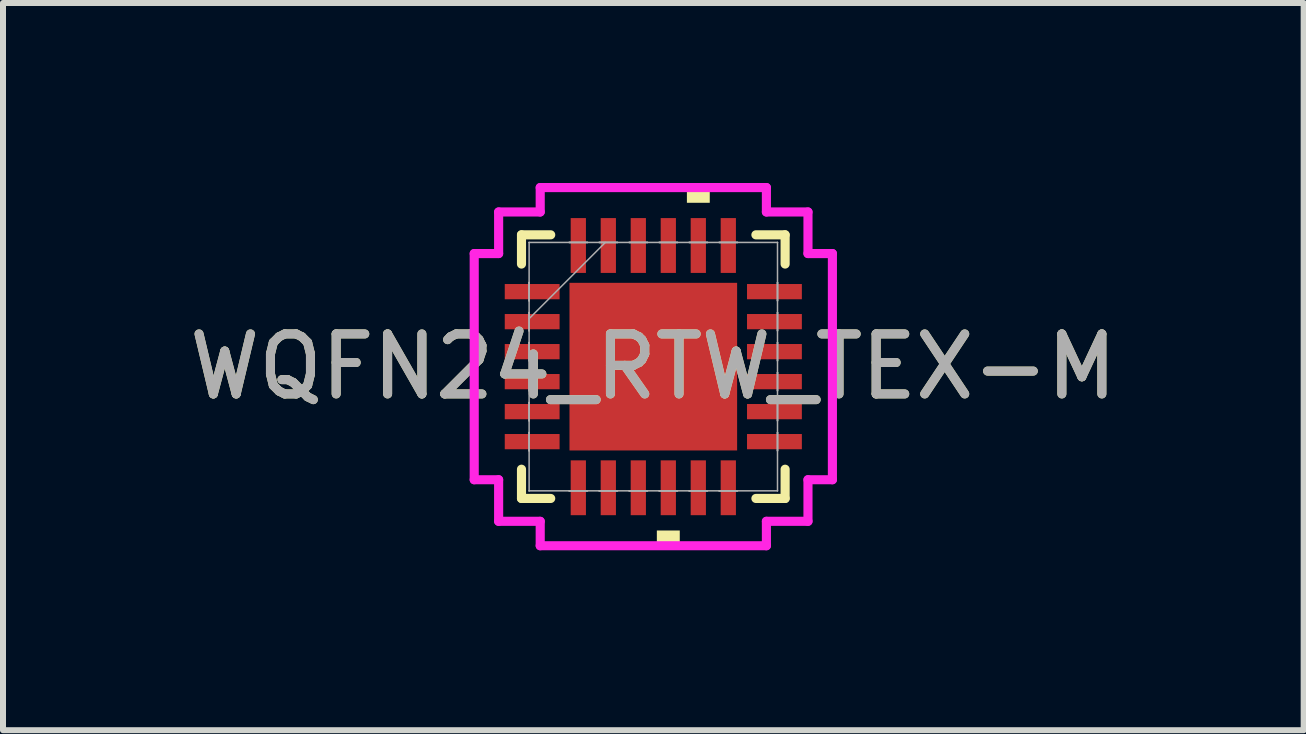
<source format=kicad_pcb>
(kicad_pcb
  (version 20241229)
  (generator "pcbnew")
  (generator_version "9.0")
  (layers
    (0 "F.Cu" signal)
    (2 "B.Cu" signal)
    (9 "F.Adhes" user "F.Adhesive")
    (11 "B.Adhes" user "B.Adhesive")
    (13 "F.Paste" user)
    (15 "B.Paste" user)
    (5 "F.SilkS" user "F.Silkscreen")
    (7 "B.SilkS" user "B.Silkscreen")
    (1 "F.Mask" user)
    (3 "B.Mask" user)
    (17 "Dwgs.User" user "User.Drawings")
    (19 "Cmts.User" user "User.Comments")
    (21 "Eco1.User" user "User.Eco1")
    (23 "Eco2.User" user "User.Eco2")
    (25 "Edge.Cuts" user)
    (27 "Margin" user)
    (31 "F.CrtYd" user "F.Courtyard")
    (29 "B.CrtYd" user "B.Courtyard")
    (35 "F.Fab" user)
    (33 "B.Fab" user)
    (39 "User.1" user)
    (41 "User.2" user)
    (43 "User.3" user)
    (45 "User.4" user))
  (footprint "WQFN24_RTW_TEX-M"
    (layer "F.Cu")
    (at 7.839 3.061)
    (property "Reference" "WQFN24_RTW_TEX-M" (at 0 0 0) (unlocked yes) (layer "F.SilkS") (effects (font (size 1 1) (thickness 0.15))))
    (attr smd)
    (fp_line (start -2.197 -2.197) (end -2.197 -1.71) (stroke (width 0.152) (type solid)) (layer "F.SilkS"))
    (fp_line (start -2.197 1.71) (end -2.197 2.197) (stroke (width 0.152) (type solid)) (layer "F.SilkS"))
    (fp_line (start -2.197 2.197) (end -1.71 2.197) (stroke (width 0.152) (type solid)) (layer "F.SilkS"))
    (fp_line (start -1.71 -2.197) (end -2.197 -2.197) (stroke (width 0.152) (type solid)) (layer "F.SilkS"))
    (fp_line (start 1.71 2.197) (end 2.197 2.197) (stroke (width 0.152) (type solid)) (layer "F.SilkS"))
    (fp_line (start 2.197 -2.197) (end 1.71 -2.197) (stroke (width 0.152) (type solid)) (layer "F.SilkS"))
    (fp_line (start 2.197 -1.71) (end 2.197 -2.197) (stroke (width 0.152) (type solid)) (layer "F.SilkS"))
    (fp_line (start 2.197 2.197) (end 2.197 1.71) (stroke (width 0.152) (type solid)) (layer "F.SilkS"))
    (fp_poly (pts (xy 0.059 2.731) (xy 0.059 2.985) (xy 0.441 2.985) (xy 0.441 2.731)) (stroke (width 0) (type solid)) (fill yes) (layer "F.SilkS"))
    (fp_poly (pts (xy 0.56 -2.731) (xy 0.56 -2.985) (xy 0.941 -2.985) (xy 0.941 -2.731)) (stroke (width 0) (type solid)) (fill yes) (layer "F.SilkS"))
    (fp_poly (pts (xy -1.297 -1.297) (xy -1.297 -0.1) (xy -0.1 -0.1) (xy -0.1 -1.297)) (stroke (width 0) (type solid)) (fill yes) (layer "F.Paste"))
    (fp_poly (pts (xy -1.297 0.1) (xy -1.297 1.297) (xy -0.1 1.297) (xy -0.1 0.1)) (stroke (width 0) (type solid)) (fill yes) (layer "F.Paste"))
    (fp_poly (pts (xy 0.1 -1.297) (xy 0.1 -0.1) (xy 1.297 -0.1) (xy 1.297 -1.297)) (stroke (width 0) (type solid)) (fill yes) (layer "F.Paste"))
    (fp_poly (pts (xy 0.1 0.1) (xy 0.1 1.297) (xy 1.297 1.297) (xy 1.297 0.1)) (stroke (width 0) (type solid)) (fill yes) (layer "F.Paste"))
    (fp_line (start -2.985 -1.885) (end -2.578 -1.885) (stroke (width 0.152) (type solid)) (layer "F.CrtYd"))
    (fp_line (start -2.985 1.885) (end -2.985 -1.885) (stroke (width 0.152) (type solid)) (layer "F.CrtYd"))
    (fp_line (start -2.578 -2.578) (end -1.885 -2.578) (stroke (width 0.152) (type solid)) (layer "F.CrtYd"))
    (fp_line (start -2.578 -1.885) (end -2.578 -2.578) (stroke (width 0.152) (type solid)) (layer "F.CrtYd"))
    (fp_line (start -2.578 1.885) (end -2.985 1.885) (stroke (width 0.152) (type solid)) (layer "F.CrtYd"))
    (fp_line (start -2.578 2.578) (end -2.578 1.885) (stroke (width 0.152) (type solid)) (layer "F.CrtYd"))
    (fp_line (start -1.885 -2.985) (end 1.885 -2.985) (stroke (width 0.152) (type solid)) (layer "F.CrtYd"))
    (fp_line (start -1.885 -2.578) (end -1.885 -2.985) (stroke (width 0.152) (type solid)) (layer "F.CrtYd"))
    (fp_line (start -1.885 2.578) (end -2.578 2.578) (stroke (width 0.152) (type solid)) (layer "F.CrtYd"))
    (fp_line (start -1.885 2.985) (end -1.885 2.578) (stroke (width 0.152) (type solid)) (layer "F.CrtYd"))
    (fp_line (start 1.885 -2.985) (end 1.885 -2.578) (stroke (width 0.152) (type solid)) (layer "F.CrtYd"))
    (fp_line (start 1.885 -2.578) (end 2.578 -2.578) (stroke (width 0.152) (type solid)) (layer "F.CrtYd"))
    (fp_line (start 1.885 2.578) (end 1.885 2.985) (stroke (width 0.152) (type solid)) (layer "F.CrtYd"))
    (fp_line (start 1.885 2.985) (end -1.885 2.985) (stroke (width 0.152) (type solid)) (layer "F.CrtYd"))
    (fp_line (start 2.578 -2.578) (end 2.578 -1.885) (stroke (width 0.152) (type solid)) (layer "F.CrtYd"))
    (fp_line (start 2.578 -1.885) (end 2.985 -1.885) (stroke (width 0.152) (type solid)) (layer "F.CrtYd"))
    (fp_line (start 2.578 1.885) (end 2.578 2.578) (stroke (width 0.152) (type solid)) (layer "F.CrtYd"))
    (fp_line (start 2.578 2.578) (end 1.885 2.578) (stroke (width 0.152) (type solid)) (layer "F.CrtYd"))
    (fp_line (start 2.985 -1.885) (end 2.985 1.885) (stroke (width 0.152) (type solid)) (layer "F.CrtYd"))
    (fp_line (start 2.985 1.885) (end 2.578 1.885) (stroke (width 0.152) (type solid)) (layer "F.CrtYd"))
    (fp_line (start -2.07 -2.07) (end -2.07 -2.07) (stroke (width 0.025) (type solid)) (layer "F.Fab"))
    (fp_line (start -2.07 -2.07) (end -2.07 2.07) (stroke (width 0.025) (type solid)) (layer "F.Fab"))
    (fp_line (start -2.07 -1.402) (end -2.07 -1.402) (stroke (width 0.025) (type solid)) (layer "F.Fab"))
    (fp_line (start -2.07 -1.402) (end -2.07 -1.098) (stroke (width 0.025) (type solid)) (layer "F.Fab"))
    (fp_line (start -2.07 -1.098) (end -2.07 -1.402) (stroke (width 0.025) (type solid)) (layer "F.Fab"))
    (fp_line (start -2.07 -1.098) (end -2.07 -1.098) (stroke (width 0.025) (type solid)) (layer "F.Fab"))
    (fp_line (start -2.07 -0.902) (end -2.07 -0.902) (stroke (width 0.025) (type solid)) (layer "F.Fab"))
    (fp_line (start -2.07 -0.902) (end -2.07 -0.598) (stroke (width 0.025) (type solid)) (layer "F.Fab"))
    (fp_line (start -2.07 -0.8) (end -0.8 -2.07) (stroke (width 0.025) (type solid)) (layer "F.Fab"))
    (fp_line (start -2.07 -0.598) (end -2.07 -0.902) (stroke (width 0.025) (type solid)) (layer "F.Fab"))
    (fp_line (start -2.07 -0.598) (end -2.07 -0.598) (stroke (width 0.025) (type solid)) (layer "F.Fab"))
    (fp_line (start -2.07 -0.402) (end -2.07 -0.402) (stroke (width 0.025) (type solid)) (layer "F.Fab"))
    (fp_line (start -2.07 -0.402) (end -2.07 -0.098) (stroke (width 0.025) (type solid)) (layer "F.Fab"))
    (fp_line (start -2.07 -0.098) (end -2.07 -0.402) (stroke (width 0.025) (type solid)) (layer "F.Fab"))
    (fp_line (start -2.07 -0.098) (end -2.07 -0.098) (stroke (width 0.025) (type solid)) (layer "F.Fab"))
    (fp_line (start -2.07 0.098) (end -2.07 0.098) (stroke (width 0.025) (type solid)) (layer "F.Fab"))
    (fp_line (start -2.07 0.098) (end -2.07 0.402) (stroke (width 0.025) (type solid)) (layer "F.Fab"))
    (fp_line (start -2.07 0.402) (end -2.07 0.098) (stroke (width 0.025) (type solid)) (layer "F.Fab"))
    (fp_line (start -2.07 0.402) (end -2.07 0.402) (stroke (width 0.025) (type solid)) (layer "F.Fab"))
    (fp_line (start -2.07 0.598) (end -2.07 0.598) (stroke (width 0.025) (type solid)) (layer "F.Fab"))
    (fp_line (start -2.07 0.598) (end -2.07 0.902) (stroke (width 0.025) (type solid)) (layer "F.Fab"))
    (fp_line (start -2.07 0.902) (end -2.07 0.598) (stroke (width 0.025) (type solid)) (layer "F.Fab"))
    (fp_line (start -2.07 0.902) (end -2.07 0.902) (stroke (width 0.025) (type solid)) (layer "F.Fab"))
    (fp_line (start -2.07 1.098) (end -2.07 1.098) (stroke (width 0.025) (type solid)) (layer "F.Fab"))
    (fp_line (start -2.07 1.098) (end -2.07 1.402) (stroke (width 0.025) (type solid)) (layer "F.Fab"))
    (fp_line (start -2.07 1.402) (end -2.07 1.098) (stroke (width 0.025) (type solid)) (layer "F.Fab"))
    (fp_line (start -2.07 1.402) (end -2.07 1.402) (stroke (width 0.025) (type solid)) (layer "F.Fab"))
    (fp_line (start -2.07 2.07) (end -2.07 2.07) (stroke (width 0.025) (type solid)) (layer "F.Fab"))
    (fp_line (start -2.07 2.07) (end 2.07 2.07) (stroke (width 0.025) (type solid)) (layer "F.Fab"))
    (fp_line (start -1.402 -2.07) (end -1.402 -2.07) (stroke (width 0.025) (type solid)) (layer "F.Fab"))
    (fp_line (start -1.402 -2.07) (end -1.098 -2.07) (stroke (width 0.025) (type solid)) (layer "F.Fab"))
    (fp_line (start -1.402 2.07) (end -1.402 2.07) (stroke (width 0.025) (type solid)) (layer "F.Fab"))
    (fp_line (start -1.402 2.07) (end -1.098 2.07) (stroke (width 0.025) (type solid)) (layer "F.Fab"))
    (fp_line (start -1.098 -2.07) (end -1.402 -2.07) (stroke (width 0.025) (type solid)) (layer "F.Fab"))
    (fp_line (start -1.098 -2.07) (end -1.098 -2.07) (stroke (width 0.025) (type solid)) (layer "F.Fab"))
    (fp_line (start -1.098 2.07) (end -1.402 2.07) (stroke (width 0.025) (type solid)) (layer "F.Fab"))
    (fp_line (start -1.098 2.07) (end -1.098 2.07) (stroke (width 0.025) (type solid)) (layer "F.Fab"))
    (fp_line (start -0.902 -2.07) (end -0.902 -2.07) (stroke (width 0.025) (type solid)) (layer "F.Fab"))
    (fp_line (start -0.902 -2.07) (end -0.598 -2.07) (stroke (width 0.025) (type solid)) (layer "F.Fab"))
    (fp_line (start -0.902 2.07) (end -0.902 2.07) (stroke (width 0.025) (type solid)) (layer "F.Fab"))
    (fp_line (start -0.902 2.07) (end -0.598 2.07) (stroke (width 0.025) (type solid)) (layer "F.Fab"))
    (fp_line (start -0.598 -2.07) (end -0.902 -2.07) (stroke (width 0.025) (type solid)) (layer "F.Fab"))
    (fp_line (start -0.598 -2.07) (end -0.598 -2.07) (stroke (width 0.025) (type solid)) (layer "F.Fab"))
    (fp_line (start -0.598 2.07) (end -0.902 2.07) (stroke (width 0.025) (type solid)) (layer "F.Fab"))
    (fp_line (start -0.598 2.07) (end -0.598 2.07) (stroke (width 0.025) (type solid)) (layer "F.Fab"))
    (fp_line (start -0.402 -2.07) (end -0.402 -2.07) (stroke (width 0.025) (type solid)) (layer "F.Fab"))
    (fp_line (start -0.402 -2.07) (end -0.098 -2.07) (stroke (width 0.025) (type solid)) (layer "F.Fab"))
    (fp_line (start -0.402 2.07) (end -0.402 2.07) (stroke (width 0.025) (type solid)) (layer "F.Fab"))
    (fp_line (start -0.402 2.07) (end -0.098 2.07) (stroke (width 0.025) (type solid)) (layer "F.Fab"))
    (fp_line (start -0.098 -2.07) (end -0.402 -2.07) (stroke (width 0.025) (type solid)) (layer "F.Fab"))
    (fp_line (start -0.098 -2.07) (end -0.098 -2.07) (stroke (width 0.025) (type solid)) (layer "F.Fab"))
    (fp_line (start -0.098 2.07) (end -0.402 2.07) (stroke (width 0.025) (type solid)) (layer "F.Fab"))
    (fp_line (start -0.098 2.07) (end -0.098 2.07) (stroke (width 0.025) (type solid)) (layer "F.Fab"))
    (fp_line (start 0.098 -2.07) (end 0.098 -2.07) (stroke (width 0.025) (type solid)) (layer "F.Fab"))
    (fp_line (start 0.098 -2.07) (end 0.402 -2.07) (stroke (width 0.025) (type solid)) (layer "F.Fab"))
    (fp_line (start 0.098 2.07) (end 0.098 2.07) (stroke (width 0.025) (type solid)) (layer "F.Fab"))
    (fp_line (start 0.098 2.07) (end 0.402 2.07) (stroke (width 0.025) (type solid)) (layer "F.Fab"))
    (fp_line (start 0.402 -2.07) (end 0.098 -2.07) (stroke (width 0.025) (type solid)) (layer "F.Fab"))
    (fp_line (start 0.402 -2.07) (end 0.402 -2.07) (stroke (width 0.025) (type solid)) (layer "F.Fab"))
    (fp_line (start 0.402 2.07) (end 0.098 2.07) (stroke (width 0.025) (type solid)) (layer "F.Fab"))
    (fp_line (start 0.402 2.07) (end 0.402 2.07) (stroke (width 0.025) (type solid)) (layer "F.Fab"))
    (fp_line (start 0.598 -2.07) (end 0.598 -2.07) (stroke (width 0.025) (type solid)) (layer "F.Fab"))
    (fp_line (start 0.598 -2.07) (end 0.902 -2.07) (stroke (width 0.025) (type solid)) (layer "F.Fab"))
    (fp_line (start 0.598 2.07) (end 0.598 2.07) (stroke (width 0.025) (type solid)) (layer "F.Fab"))
    (fp_line (start 0.598 2.07) (end 0.902 2.07) (stroke (width 0.025) (type solid)) (layer "F.Fab"))
    (fp_line (start 0.902 -2.07) (end 0.598 -2.07) (stroke (width 0.025) (type solid)) (layer "F.Fab"))
    (fp_line (start 0.902 -2.07) (end 0.902 -2.07) (stroke (width 0.025) (type solid)) (layer "F.Fab"))
    (fp_line (start 0.902 2.07) (end 0.598 2.07) (stroke (width 0.025) (type solid)) (layer "F.Fab"))
    (fp_line (start 0.902 2.07) (end 0.902 2.07) (stroke (width 0.025) (type solid)) (layer "F.Fab"))
    (fp_line (start 1.098 -2.07) (end 1.098 -2.07) (stroke (width 0.025) (type solid)) (layer "F.Fab"))
    (fp_line (start 1.098 -2.07) (end 1.402 -2.07) (stroke (width 0.025) (type solid)) (layer "F.Fab"))
    (fp_line (start 1.098 2.07) (end 1.098 2.07) (stroke (width 0.025) (type solid)) (layer "F.Fab"))
    (fp_line (start 1.098 2.07) (end 1.402 2.07) (stroke (width 0.025) (type solid)) (layer "F.Fab"))
    (fp_line (start 1.402 -2.07) (end 1.098 -2.07) (stroke (width 0.025) (type solid)) (layer "F.Fab"))
    (fp_line (start 1.402 -2.07) (end 1.402 -2.07) (stroke (width 0.025) (type solid)) (layer "F.Fab"))
    (fp_line (start 1.402 2.07) (end 1.098 2.07) (stroke (width 0.025) (type solid)) (layer "F.Fab"))
    (fp_line (start 1.402 2.07) (end 1.402 2.07) (stroke (width 0.025) (type solid)) (layer "F.Fab"))
    (fp_line (start 2.07 -2.07) (end -2.07 -2.07) (stroke (width 0.025) (type solid)) (layer "F.Fab"))
    (fp_line (start 2.07 -2.07) (end 2.07 -2.07) (stroke (width 0.025) (type solid)) (layer "F.Fab"))
    (fp_line (start 2.07 -1.402) (end 2.07 -1.402) (stroke (width 0.025) (type solid)) (layer "F.Fab"))
    (fp_line (start 2.07 -1.402) (end 2.07 -1.098) (stroke (width 0.025) (type solid)) (layer "F.Fab"))
    (fp_line (start 2.07 -1.098) (end 2.07 -1.402) (stroke (width 0.025) (type solid)) (layer "F.Fab"))
    (fp_line (start 2.07 -1.098) (end 2.07 -1.098) (stroke (width 0.025) (type solid)) (layer "F.Fab"))
    (fp_line (start 2.07 -0.902) (end 2.07 -0.902) (stroke (width 0.025) (type solid)) (layer "F.Fab"))
    (fp_line (start 2.07 -0.902) (end 2.07 -0.598) (stroke (width 0.025) (type solid)) (layer "F.Fab"))
    (fp_line (start 2.07 -0.598) (end 2.07 -0.902) (stroke (width 0.025) (type solid)) (layer "F.Fab"))
    (fp_line (start 2.07 -0.598) (end 2.07 -0.598) (stroke (width 0.025) (type solid)) (layer "F.Fab"))
    (fp_line (start 2.07 -0.402) (end 2.07 -0.402) (stroke (width 0.025) (type solid)) (layer "F.Fab"))
    (fp_line (start 2.07 -0.402) (end 2.07 -0.098) (stroke (width 0.025) (type solid)) (layer "F.Fab"))
    (fp_line (start 2.07 -0.098) (end 2.07 -0.402) (stroke (width 0.025) (type solid)) (layer "F.Fab"))
    (fp_line (start 2.07 -0.098) (end 2.07 -0.098) (stroke (width 0.025) (type solid)) (layer "F.Fab"))
    (fp_line (start 2.07 0.098) (end 2.07 0.098) (stroke (width 0.025) (type solid)) (layer "F.Fab"))
    (fp_line (start 2.07 0.098) (end 2.07 0.402) (stroke (width 0.025) (type solid)) (layer "F.Fab"))
    (fp_line (start 2.07 0.402) (end 2.07 0.098) (stroke (width 0.025) (type solid)) (layer "F.Fab"))
    (fp_line (start 2.07 0.402) (end 2.07 0.402) (stroke (width 0.025) (type solid)) (layer "F.Fab"))
    (fp_line (start 2.07 0.598) (end 2.07 0.598) (stroke (width 0.025) (type solid)) (layer "F.Fab"))
    (fp_line (start 2.07 0.598) (end 2.07 0.902) (stroke (width 0.025) (type solid)) (layer "F.Fab"))
    (fp_line (start 2.07 0.902) (end 2.07 0.598) (stroke (width 0.025) (type solid)) (layer "F.Fab"))
    (fp_line (start 2.07 0.902) (end 2.07 0.902) (stroke (width 0.025) (type solid)) (layer "F.Fab"))
    (fp_line (start 2.07 1.098) (end 2.07 1.098) (stroke (width 0.025) (type solid)) (layer "F.Fab"))
    (fp_line (start 2.07 1.098) (end 2.07 1.402) (stroke (width 0.025) (type solid)) (layer "F.Fab"))
    (fp_line (start 2.07 1.402) (end 2.07 1.098) (stroke (width 0.025) (type solid)) (layer "F.Fab"))
    (fp_line (start 2.07 1.402) (end 2.07 1.402) (stroke (width 0.025) (type solid)) (layer "F.Fab"))
    (fp_line (start 2.07 2.07) (end 2.07 -2.07) (stroke (width 0.025) (type solid)) (layer "F.Fab"))
    (fp_line (start 2.07 2.07) (end 2.07 2.07) (stroke (width 0.025) (type solid)) (layer "F.Fab"))
    (fp_text user "${REFERENCE}" (at 0 0 0) (unlocked yes) (layer "F.Fab") (effects (font (size 1 1) (thickness 0.15))))
    (pad "1" smd rect (at -2.019 -1.25 90) (size 0.254 0.914) (layers "F.Cu" "F.Mask" "F.Paste"))
    (pad "2" smd rect (at -2.019 -0.75 90) (size 0.254 0.914) (layers "F.Cu" "F.Mask" "F.Paste"))
    (pad "3" smd rect (at -2.019 -0.25 90) (size 0.254 0.914) (layers "F.Cu" "F.Mask" "F.Paste"))
    (pad "4" smd rect (at -2.019 0.25 90) (size 0.254 0.914) (layers "F.Cu" "F.Mask" "F.Paste"))
    (pad "5" smd rect (at -2.019 0.75 90) (size 0.254 0.914) (layers "F.Cu" "F.Mask" "F.Paste"))
    (pad "6" smd rect (at -2.019 1.25 90) (size 0.254 0.914) (layers "F.Cu" "F.Mask" "F.Paste"))
    (pad "7" smd rect (at -1.25 2.019) (size 0.254 0.914) (layers "F.Cu" "F.Mask" "F.Paste"))
    (pad "8" smd rect (at -0.75 2.019) (size 0.254 0.914) (layers "F.Cu" "F.Mask" "F.Paste"))
    (pad "9" smd rect (at -0.25 2.019) (size 0.254 0.914) (layers "F.Cu" "F.Mask" "F.Paste"))
    (pad "10" smd rect (at 0.25 2.019) (size 0.254 0.914) (layers "F.Cu" "F.Mask" "F.Paste"))
    (pad "11" smd rect (at 0.75 2.019) (size 0.254 0.914) (layers "F.Cu" "F.Mask" "F.Paste"))
    (pad "12" smd rect (at 1.25 2.019) (size 0.254 0.914) (layers "F.Cu" "F.Mask" "F.Paste"))
    (pad "13" smd rect (at 2.019 1.25 90) (size 0.254 0.914) (layers "F.Cu" "F.Mask" "F.Paste"))
    (pad "14" smd rect (at 2.019 0.75 90) (size 0.254 0.914) (layers "F.Cu" "F.Mask" "F.Paste"))
    (pad "15" smd rect (at 2.019 0.25 90) (size 0.254 0.914) (layers "F.Cu" "F.Mask" "F.Paste"))
    (pad "16" smd rect (at 2.019 -0.25 90) (size 0.254 0.914) (layers "F.Cu" "F.Mask" "F.Paste"))
    (pad "17" smd rect (at 2.019 -0.75 90) (size 0.254 0.914) (layers "F.Cu" "F.Mask" "F.Paste"))
    (pad "18" smd rect (at 2.019 -1.25 90) (size 0.254 0.914) (layers "F.Cu" "F.Mask" "F.Paste"))
    (pad "19" smd rect (at 1.25 -2.019) (size 0.254 0.914) (layers "F.Cu" "F.Mask" "F.Paste"))
    (pad "20" smd rect (at 0.75 -2.019) (size 0.254 0.914) (layers "F.Cu" "F.Mask" "F.Paste"))
    (pad "21" smd rect (at 0.25 -2.019) (size 0.254 0.914) (layers "F.Cu" "F.Mask" "F.Paste"))
    (pad "22" smd rect (at -0.25 -2.019) (size 0.254 0.914) (layers "F.Cu" "F.Mask" "F.Paste"))
    (pad "23" smd rect (at -0.75 -2.019) (size 0.254 0.914) (layers "F.Cu" "F.Mask" "F.Paste"))
    (pad "24" smd rect (at -1.25 -2.019) (size 0.254 0.914) (layers "F.Cu" "F.Mask" "F.Paste"))
    (pad "25" smd rect (at 0 0) (size 2.794 2.794) (layers "F.Cu" "F.Mask" "F.Paste")))
  (gr_rect
    (start -3 -3)
    (end 18.679 9.121)
    (stroke (width 0.1) (type default))
    (fill no)
    (layer "Edge.Cuts")))
</source>
